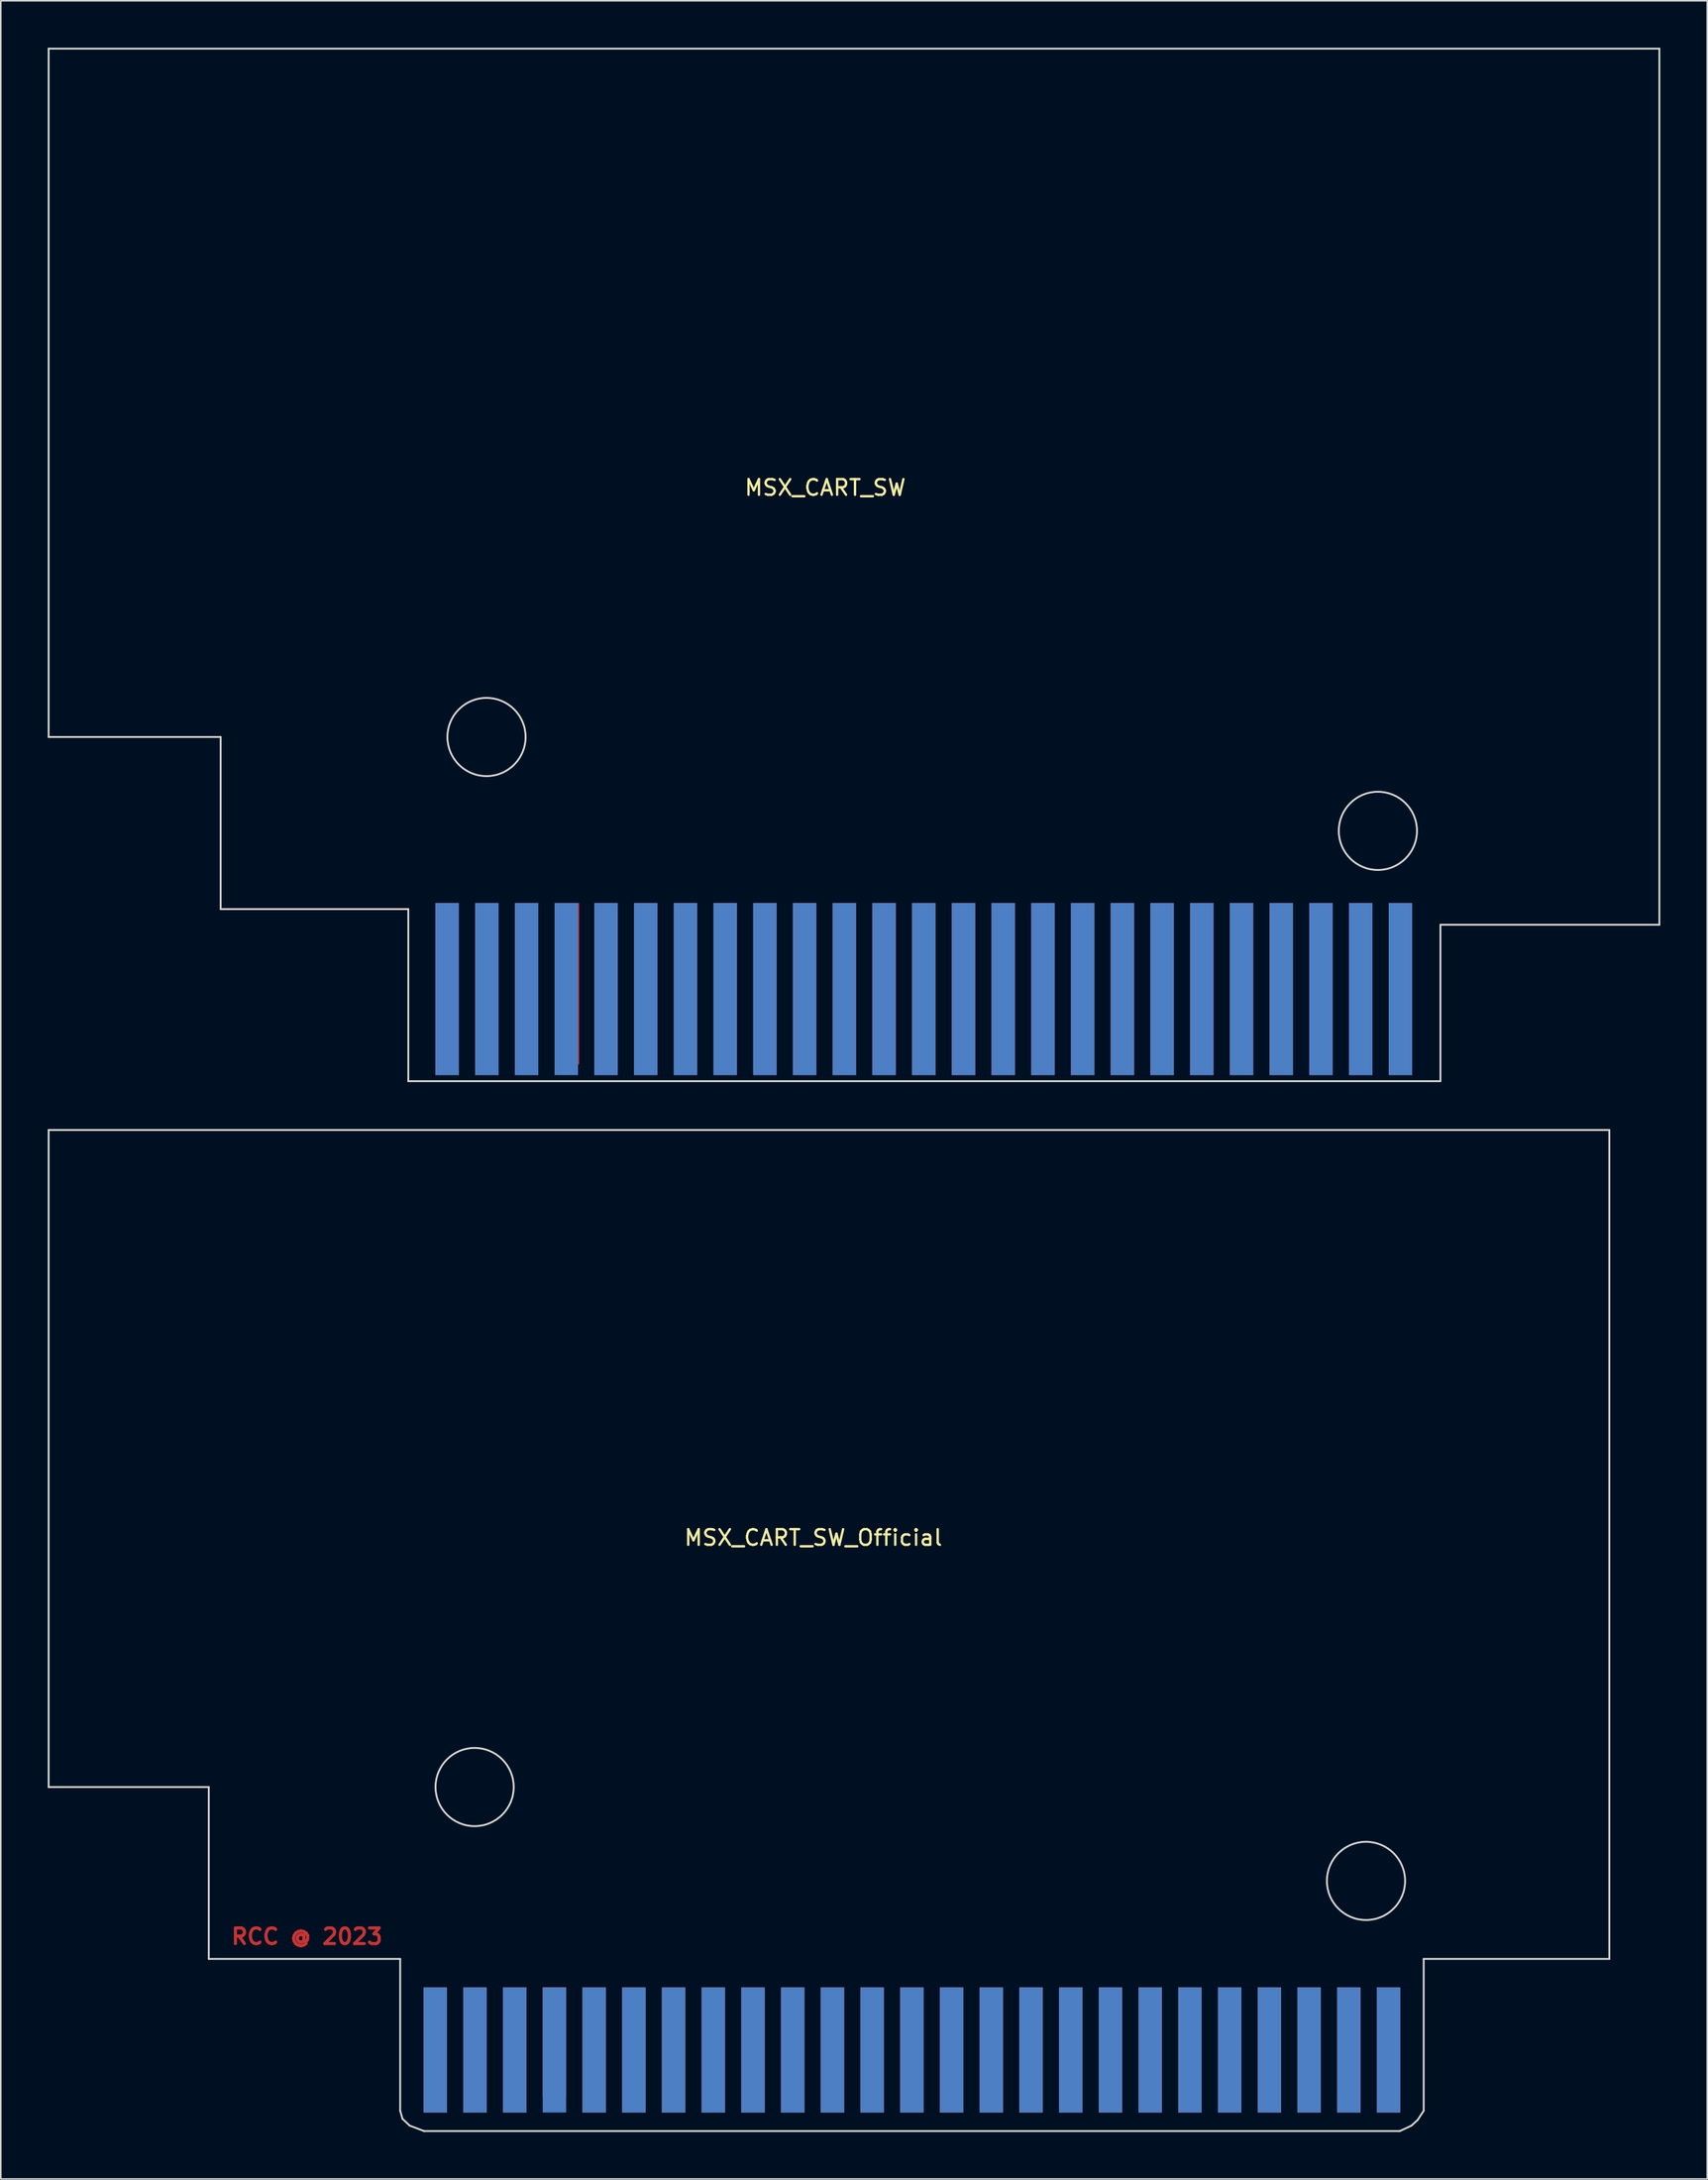
<source format=kicad_pcb>
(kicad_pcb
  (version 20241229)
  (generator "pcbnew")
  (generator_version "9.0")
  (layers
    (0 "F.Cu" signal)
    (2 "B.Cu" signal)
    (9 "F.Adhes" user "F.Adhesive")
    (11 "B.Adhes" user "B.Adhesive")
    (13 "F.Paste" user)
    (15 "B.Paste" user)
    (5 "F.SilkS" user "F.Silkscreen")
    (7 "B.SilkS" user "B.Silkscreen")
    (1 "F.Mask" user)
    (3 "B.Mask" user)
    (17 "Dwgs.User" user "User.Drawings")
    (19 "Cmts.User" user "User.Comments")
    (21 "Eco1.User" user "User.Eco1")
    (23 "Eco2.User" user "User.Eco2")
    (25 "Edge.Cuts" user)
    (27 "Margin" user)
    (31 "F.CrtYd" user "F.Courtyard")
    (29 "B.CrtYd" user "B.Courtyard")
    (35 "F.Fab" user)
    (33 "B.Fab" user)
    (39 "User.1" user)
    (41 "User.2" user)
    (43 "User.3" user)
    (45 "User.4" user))
  (footprint "MSX_CART_SW"
    (layer "F.Cu")
    (at 49.72 30.66)
    (property "Reference" "MSX_CART_SW" (at 0 -2.54 0) (layer "F.SilkS") (effects (font (size 1 1) (thickness 0.15))))
    (attr through_hole)
    (fp_line (start -49.66 13.4) (end -49.66 -30.6) (stroke (width 0.12) (type solid)) (layer "Edge.Cuts"))
    (fp_line (start -49.66 13.4) (end -38.66 13.4) (stroke (width 0.12) (type solid)) (layer "Edge.Cuts"))
    (fp_line (start -38.66 13.4) (end -38.66 24.4) (stroke (width 0.12) (type solid)) (layer "Edge.Cuts"))
    (fp_line (start -38.66 24.4) (end -26.66 24.4) (stroke (width 0.12) (type solid)) (layer "Edge.Cuts"))
    (fp_line (start -26.66 35.4) (end -26.66 24.4) (stroke (width 0.12) (type solid)) (layer "Edge.Cuts"))
    (fp_line (start -26.66 35.4) (end 39.34 35.4) (stroke (width 0.12) (type solid)) (layer "Edge.Cuts"))
    (fp_line (start 39.34 25.4) (end 39.34 35.4) (stroke (width 0.12) (type solid)) (layer "Edge.Cuts"))
    (fp_line (start 39.34 25.4) (end 53.34 25.4) (stroke (width 0.12) (type solid)) (layer "Edge.Cuts"))
    (fp_line (start 53.34 -30.6) (end -49.66 -30.6) (stroke (width 0.12) (type solid)) (layer "Edge.Cuts"))
    (fp_line (start 53.34 -30.6) (end 53.34 25.4) (stroke (width 0.12) (type solid)) (layer "Edge.Cuts"))
    (fp_circle (center -21.66 13.4) (end -19.16 13.4) (stroke (width 0.12) (type solid)) (fill no) (layer "Edge.Cuts"))
    (fp_circle (center 35.34 19.4) (end 37.84 19.4) (stroke (width 0.12) (type solid)) (fill no) (layer "Edge.Cuts"))
    (pad "1" connect rect (at 36.782 29.514) (size 1.5 11) (layers "B.Cu" "B.Mask"))
    (pad "2" connect rect (at 36.782 29.514) (size 1.5 11) (layers "F.Cu" "F.Mask"))
    (pad "3" connect rect (at 34.242 29.514) (size 1.5 11) (layers "B.Cu" "B.Mask"))
    (pad "4" connect rect (at 34.242 29.514) (size 1.5 11) (layers "F.Cu" "F.Mask"))
    (pad "5" connect rect (at 31.702 29.514) (size 1.5 11) (layers "B.Cu" "B.Mask"))
    (pad "6" connect rect (at 31.702 29.514) (size 1.5 11) (layers "F.Cu" "F.Mask"))
    (pad "7" connect rect (at 29.162 29.514) (size 1.5 11) (layers "B.Cu" "B.Mask"))
    (pad "8" connect rect (at 29.162 29.514) (size 1.5 11) (layers "F.Cu" "F.Mask"))
    (pad "9" connect rect (at 26.622 29.514) (size 1.5 11) (layers "B.Cu" "B.Mask"))
    (pad "10" connect rect (at 26.622 29.514) (size 1.5 11) (layers "F.Cu" "F.Mask"))
    (pad "11" connect rect (at 24.082 29.514) (size 1.5 11) (layers "B.Cu" "B.Mask"))
    (pad "12" connect rect (at 24.082 29.514) (size 1.5 11) (layers "F.Cu" "F.Mask"))
    (pad "13" connect rect (at 21.542 29.514) (size 1.5 11) (layers "B.Cu" "B.Mask"))
    (pad "14" connect rect (at 21.542 29.514) (size 1.5 11) (layers "F.Cu" "F.Mask"))
    (pad "15" connect rect (at 19.002 29.514) (size 1.5 11) (layers "B.Cu" "B.Mask"))
    (pad "16" connect rect (at 19.002 29.514) (size 1.5 11) (layers "F.Cu" "F.Mask"))
    (pad "17" connect rect (at 16.462 29.514) (size 1.5 11) (layers "B.Cu" "B.Mask"))
    (pad "18" connect rect (at 16.462 29.514) (size 1.5 11) (layers "F.Cu" "F.Mask"))
    (pad "19" connect rect (at 13.922 29.514) (size 1.5 11) (layers "B.Cu" "B.Mask"))
    (pad "20" connect rect (at 13.922 29.514) (size 1.5 11) (layers "F.Cu" "F.Mask"))
    (pad "21" connect rect (at 11.382 29.514) (size 1.5 11) (layers "B.Cu" "B.Mask"))
    (pad "22" connect rect (at 11.382 29.514) (size 1.5 11) (layers "F.Cu" "F.Mask"))
    (pad "23" connect rect (at 8.842 29.514) (size 1.5 11) (layers "B.Cu" "B.Mask"))
    (pad "24" connect rect (at 8.842 29.514) (size 1.5 11) (layers "F.Cu" "F.Mask"))
    (pad "25" connect rect (at 6.302 29.514) (size 1.5 11) (layers "B.Cu" "B.Mask"))
    (pad "26" connect rect (at 6.302 29.514) (size 1.5 11) (layers "F.Cu" "F.Mask"))
    (pad "27" connect rect (at 3.762 29.514) (size 1.5 11) (layers "B.Cu" "B.Mask"))
    (pad "28" connect rect (at 3.762 29.514) (size 1.5 11) (layers "F.Cu" "F.Mask"))
    (pad "29" connect rect (at 1.222 29.514) (size 1.5 11) (layers "B.Cu" "B.Mask"))
    (pad "30" connect rect (at 1.222 29.514) (size 1.5 11) (layers "F.Cu" "F.Mask"))
    (pad "31" connect rect (at -1.318 29.514) (size 1.5 11) (layers "B.Cu" "B.Mask"))
    (pad "32" connect rect (at -1.318 29.514) (size 1.5 11) (layers "F.Cu" "F.Mask"))
    (pad "33" connect rect (at -3.858 29.514) (size 1.5 11) (layers "B.Cu" "B.Mask"))
    (pad "34" connect rect (at -3.858 29.514) (size 1.5 11) (layers "F.Cu" "F.Mask"))
    (pad "35" connect rect (at -6.398 29.514) (size 1.5 11) (layers "B.Cu" "B.Mask"))
    (pad "36" connect rect (at -6.398 29.514) (size 1.5 11) (layers "F.Cu" "F.Mask"))
    (pad "37" connect rect (at -8.938 29.514) (size 1.5 11) (layers "B.Cu" "B.Mask"))
    (pad "38" connect rect (at -8.938 29.514) (size 1.5 11) (layers "F.Cu" "F.Mask"))
    (pad "39" connect rect (at -11.478 29.514) (size 1.5 11) (layers "B.Cu" "B.Mask"))
    (pad "40" connect rect (at -11.478 29.514) (size 1.5 11) (layers "F.Cu" "F.Mask"))
    (pad "41" connect rect (at -14.018 29.514) (size 1.5 11) (layers "B.Cu" "B.Mask"))
    (pad "42" connect rect (at -14.018 29.514) (size 1.5 11) (layers "F.Cu" "F.Mask"))
    (pad "43" connect rect (at -16.558 29.514) (size 1.5 11) (layers "B.Cu" "B.Mask"))
    (pad "44" connect rect (at -16.521 29.176) (size 1.573 10.324) (layers "F.Cu" "F.Mask"))
    (pad "45" connect rect (at -19.098 29.514) (size 1.5 11) (layers "B.Cu" "B.Mask"))
    (pad "46" connect rect (at -19.098 29.514) (size 1.5 11) (layers "F.Cu" "F.Mask"))
    (pad "47" connect rect (at -21.638 29.514) (size 1.5 11) (layers "B.Cu" "B.Mask"))
    (pad "48" connect rect (at -21.638 29.514) (size 1.5 11) (layers "F.Cu" "F.Mask"))
    (pad "49" connect rect (at -24.178 29.514) (size 1.5 11) (layers "B.Cu" "B.Mask"))
    (pad "50" connect rect (at -24.178 29.514) (size 1.5 11) (layers "F.Cu" "F.Mask")))
  (footprint "MSX_CART_SW_Official"
    (layer "F.Cu")
    (at 48.96 97.78)
    (property "Reference" "MSX_CART_SW_Official" (at 0 -2.54 0) (layer "F.SilkS") (effects (font (size 1 1) (thickness 0.15))))
    (attr through_hole)
    (fp_line (start -48.9 13.4) (end -48.9 -28.6) (stroke (width 0.12) (type solid)) (layer "Edge.Cuts"))
    (fp_line (start -48.9 13.4) (end -38.66 13.4) (stroke (width 0.12) (type solid)) (layer "Edge.Cuts"))
    (fp_line (start -38.66 13.4) (end -38.66 24.388) (stroke (width 0.12) (type solid)) (layer "Edge.Cuts"))
    (fp_line (start -38.66 24.388) (end -26.42 24.388) (stroke (width 0.12) (type solid)) (layer "Edge.Cuts"))
    (fp_line (start -26.42 34.092) (end -26.42 24.388) (stroke (width 0.12) (type solid)) (layer "Edge.Cuts"))
    (fp_line (start -26.42 34.092) (end -26.269 34.61) (stroke (width 0.12) (type solid)) (layer "Edge.Cuts"))
    (fp_line (start -26.269 34.61) (end -25.815 35.042) (stroke (width 0.12) (type solid)) (layer "Edge.Cuts"))
    (fp_line (start -25.815 35.042) (end -24.892 35.391) (stroke (width 0.12) (type solid)) (layer "Edge.Cuts"))
    (fp_line (start -24.892 35.391) (end 37.501 35.391) (stroke (width 0.12) (type solid)) (layer "Edge.Cuts"))
    (fp_line (start 37.501 35.391) (end 38.245 35.045) (stroke (width 0.12) (type solid)) (layer "Edge.Cuts"))
    (fp_line (start 38.245 35.045) (end 38.648 34.674) (stroke (width 0.12) (type solid)) (layer "Edge.Cuts"))
    (fp_line (start 38.648 34.674) (end 39.03 34.092) (stroke (width 0.12) (type solid)) (layer "Edge.Cuts"))
    (fp_line (start 39.03 24.388) (end 39.03 34.092) (stroke (width 0.12) (type solid)) (layer "Edge.Cuts"))
    (fp_line (start 39.03 24.388) (end 50.9 24.388) (stroke (width 0.12) (type solid)) (layer "Edge.Cuts"))
    (fp_line (start 50.9 -28.6) (end -48.9 -28.6) (stroke (width 0.12) (type solid)) (layer "Edge.Cuts"))
    (fp_line (start 50.9 -28.6) (end 50.9 24.388) (stroke (width 0.12) (type solid)) (layer "Edge.Cuts"))
    (fp_circle (center -21.66 13.4) (end -19.16 13.4) (stroke (width 0.12) (type solid)) (fill no) (layer "Edge.Cuts"))
    (fp_circle (center 35.34 19.4) (end 37.84 19.4) (stroke (width 0.12) (type solid)) (fill no) (layer "Edge.Cuts"))
    (fp_text user "RCC @ 2023" (at -32.384 22.952 0) (unlocked yes) (layer "F.Cu") (effects (font (size 1 1) (thickness 0.2))))
    (pad "1" connect rect (at 36.782 30.207) (size 1.5 8) (layers "B.Cu" "B.Mask"))
    (pad "2" connect rect (at 36.782 30.207) (size 1.5 8) (layers "F.Cu" "F.Mask"))
    (pad "3" connect rect (at 34.242 30.207) (size 1.5 8) (layers "B.Cu" "B.Mask"))
    (pad "4" connect rect (at 34.242 30.207) (size 1.5 8) (layers "F.Cu" "F.Mask"))
    (pad "5" connect rect (at 31.702 30.207) (size 1.5 8) (layers "B.Cu" "B.Mask"))
    (pad "6" connect rect (at 31.702 30.207) (size 1.5 8) (layers "F.Cu" "F.Mask"))
    (pad "7" connect rect (at 29.162 30.207) (size 1.5 8) (layers "B.Cu" "B.Mask"))
    (pad "8" connect rect (at 29.162 30.207) (size 1.5 8) (layers "F.Cu" "F.Mask"))
    (pad "9" connect rect (at 26.622 30.207) (size 1.5 8) (layers "B.Cu" "B.Mask"))
    (pad "10" connect rect (at 26.622 30.207) (size 1.5 8) (layers "F.Cu" "F.Mask"))
    (pad "11" connect rect (at 24.082 30.207) (size 1.5 8) (layers "B.Cu" "B.Mask"))
    (pad "12" connect rect (at 24.082 30.207) (size 1.5 8) (layers "F.Cu" "F.Mask"))
    (pad "13" connect rect (at 21.542 30.207) (size 1.5 8) (layers "B.Cu" "B.Mask"))
    (pad "14" connect rect (at 21.542 30.207) (size 1.5 8) (layers "F.Cu" "F.Mask"))
    (pad "15" connect rect (at 19.002 30.207) (size 1.5 8) (layers "B.Cu" "B.Mask"))
    (pad "16" connect rect (at 19.002 30.207) (size 1.5 8) (layers "F.Cu" "F.Mask"))
    (pad "17" connect rect (at 16.462 30.207) (size 1.5 8) (layers "B.Cu" "B.Mask"))
    (pad "18" connect rect (at 16.462 30.207) (size 1.5 8) (layers "F.Cu" "F.Mask"))
    (pad "19" connect rect (at 13.922 30.207) (size 1.5 8) (layers "B.Cu" "B.Mask"))
    (pad "20" connect rect (at 13.922 30.207) (size 1.5 8) (layers "F.Cu" "F.Mask"))
    (pad "21" connect rect (at 11.382 30.207) (size 1.5 8) (layers "B.Cu" "B.Mask"))
    (pad "22" connect rect (at 11.382 30.207) (size 1.5 8) (layers "F.Cu" "F.Mask"))
    (pad "23" connect rect (at 8.842 30.207) (size 1.5 8) (layers "B.Cu" "B.Mask"))
    (pad "24" connect rect (at 8.842 30.207) (size 1.5 8) (layers "F.Cu" "F.Mask"))
    (pad "25" connect rect (at 6.302 30.207) (size 1.5 8) (layers "B.Cu" "B.Mask"))
    (pad "26" connect rect (at 6.302 30.207) (size 1.5 8) (layers "F.Cu" "F.Mask"))
    (pad "27" connect rect (at 3.762 30.207) (size 1.5 8) (layers "B.Cu" "B.Mask"))
    (pad "28" connect rect (at 3.762 30.207) (size 1.5 8) (layers "F.Cu" "F.Mask"))
    (pad "29" connect rect (at 1.222 30.207) (size 1.5 8) (layers "B.Cu" "B.Mask"))
    (pad "30" connect rect (at 1.222 30.207) (size 1.5 8) (layers "F.Cu" "F.Mask"))
    (pad "31" connect rect (at -1.318 30.207) (size 1.5 8) (layers "B.Cu" "B.Mask"))
    (pad "32" connect rect (at -1.318 30.207) (size 1.5 8) (layers "F.Cu" "F.Mask"))
    (pad "33" connect rect (at -3.858 30.207) (size 1.5 8) (layers "B.Cu" "B.Mask"))
    (pad "34" connect rect (at -3.858 30.207) (size 1.5 8) (layers "F.Cu" "F.Mask"))
    (pad "35" connect rect (at -6.398 30.207) (size 1.5 8) (layers "B.Cu" "B.Mask"))
    (pad "36" connect rect (at -6.398 30.207) (size 1.5 8) (layers "F.Cu" "F.Mask"))
    (pad "37" connect rect (at -8.938 30.207) (size 1.5 8) (layers "B.Cu" "B.Mask"))
    (pad "38" connect rect (at -8.938 30.207) (size 1.5 8) (layers "F.Cu" "F.Mask"))
    (pad "39" connect rect (at -11.478 30.207) (size 1.5 8) (layers "B.Cu" "B.Mask"))
    (pad "40" connect rect (at -11.478 30.207) (size 1.5 8) (layers "F.Cu" "F.Mask"))
    (pad "41" connect rect (at -14.018 30.207) (size 1.5 8) (layers "B.Cu" "B.Mask"))
    (pad "42" connect rect (at -14.018 30.207) (size 1.5 8) (layers "F.Cu" "F.Mask"))
    (pad "43" connect rect (at -16.558 30.207) (size 1.5 8) (layers "B.Cu" "B.Mask"))
    (pad "44" connect rect (at -16.563 29.7) (size 1.5 7) (layers "F.Cu" "F.Mask"))
    (pad "45" connect rect (at -19.098 30.207) (size 1.5 8) (layers "B.Cu" "B.Mask"))
    (pad "46" connect rect (at -19.098 30.207) (size 1.5 8) (layers "F.Cu" "F.Mask"))
    (pad "47" connect rect (at -21.638 30.207) (size 1.5 8) (layers "B.Cu" "B.Mask"))
    (pad "48" connect rect (at -21.638 30.207) (size 1.5 8) (layers "F.Cu" "F.Mask"))
    (pad "49" connect rect (at -24.178 30.207) (size 1.5 8) (layers "B.Cu" "B.Mask"))
    (pad "50" connect rect (at -24.178 30.207) (size 1.5 8) (layers "F.Cu" "F.Mask")))
  (gr_rect
    (start -3 -3)
    (end 106.12 136.231)
    (stroke (width 0.1) (type default))
    (fill no)
    (layer "Edge.Cuts")))
</source>
